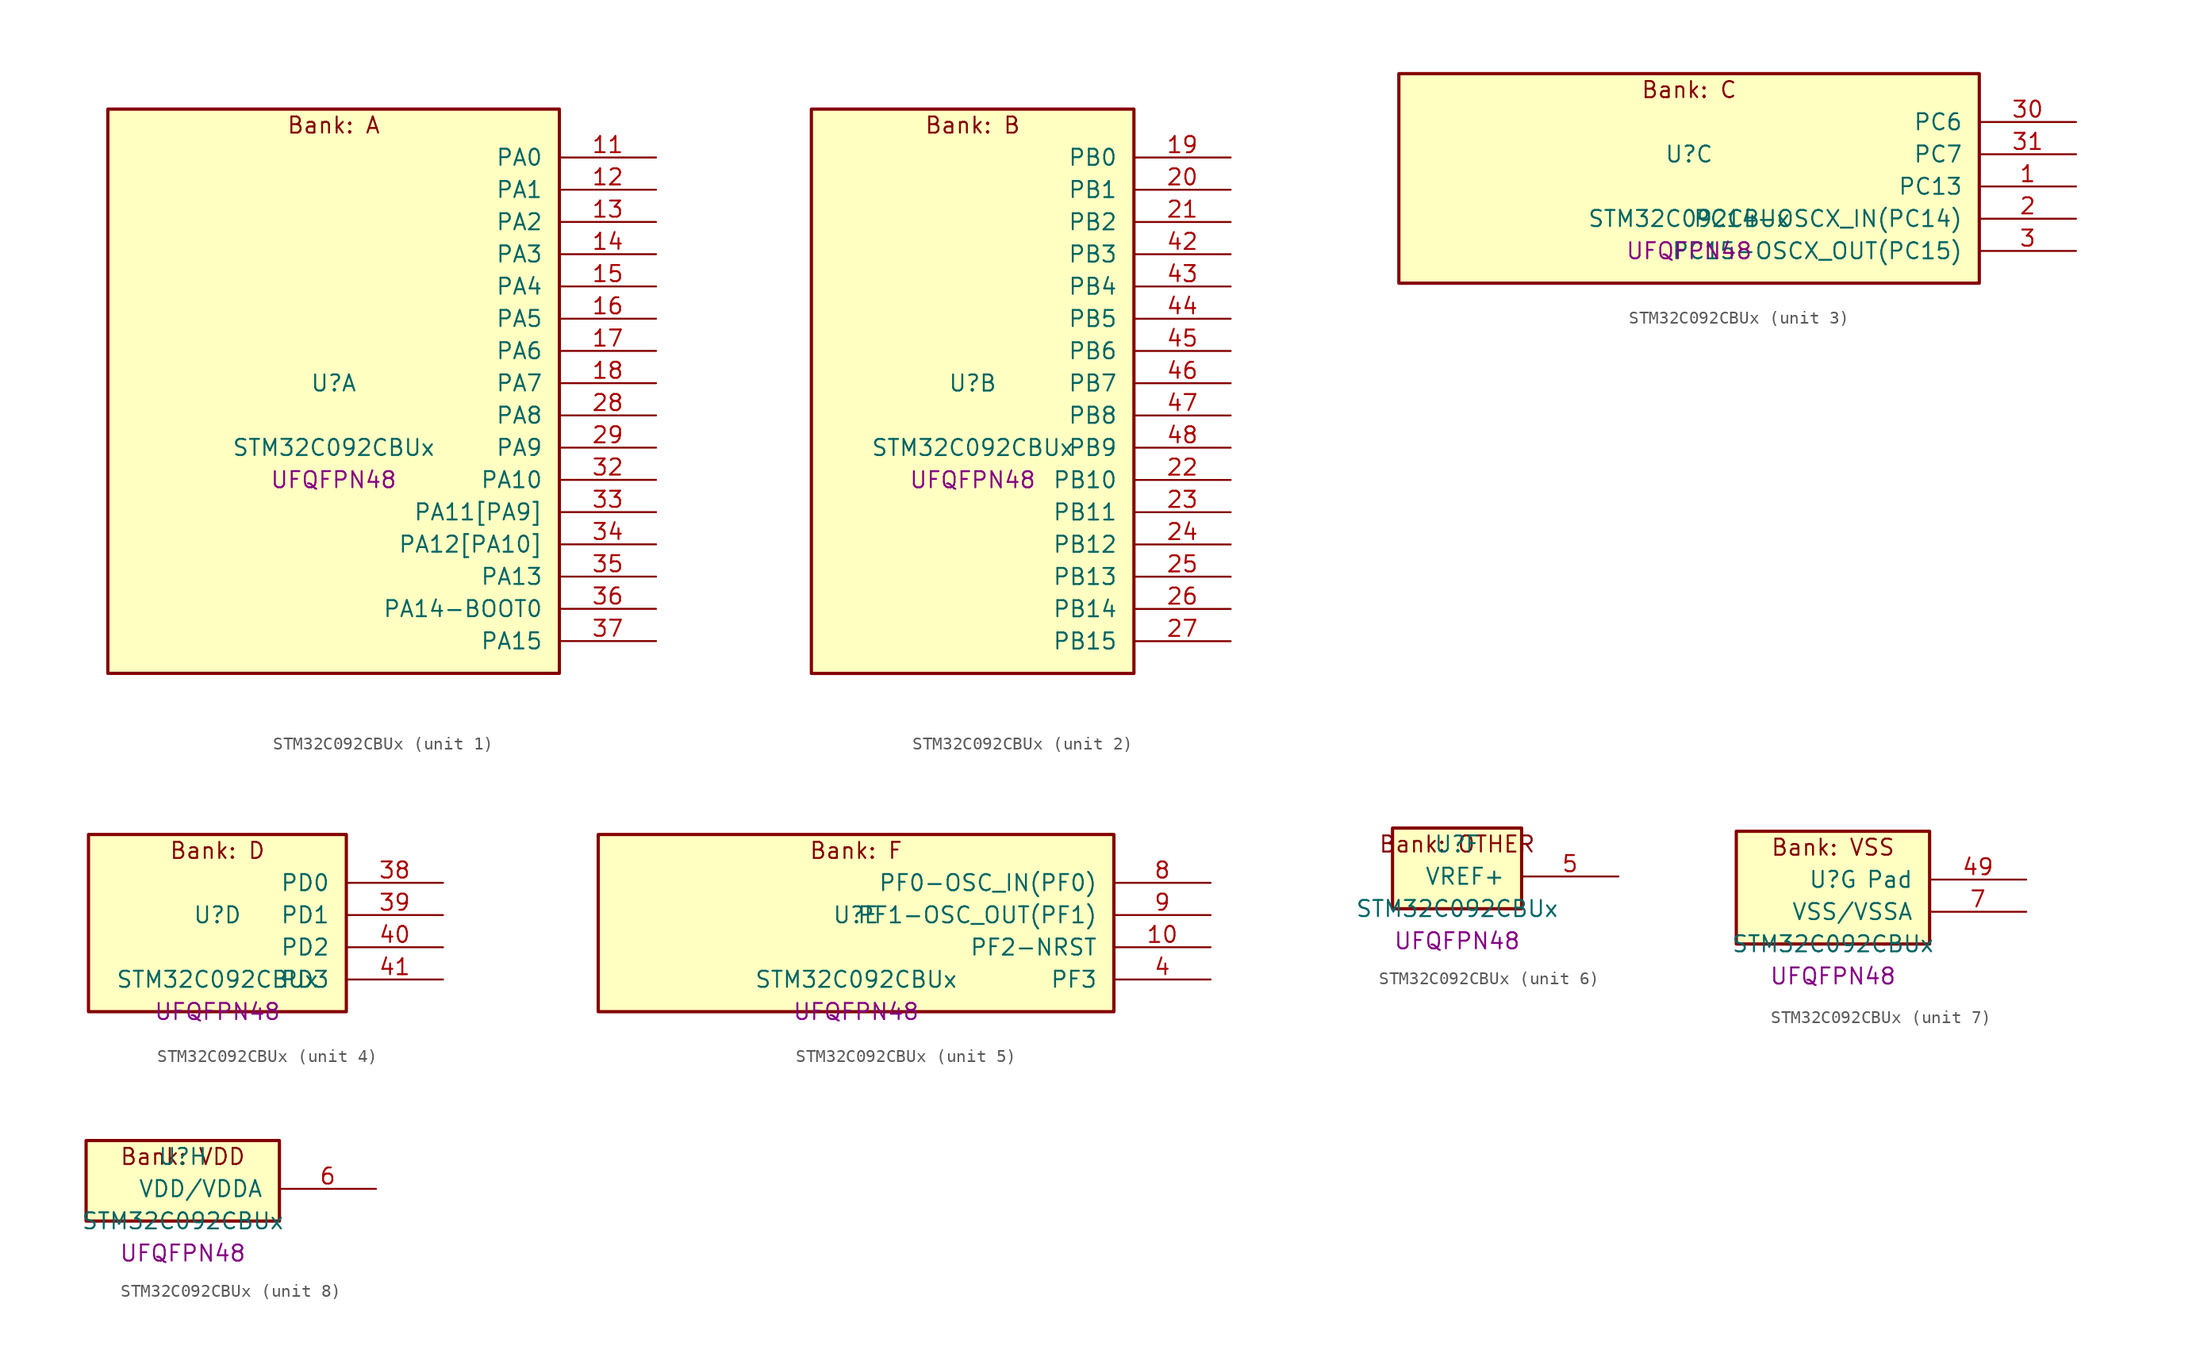
<source format=kicad_sym>
(kicad_symbol_lib
  (version 20241209)
  (generator "stm32_pkl_generator")
  (generator_version "1.0")
  (symbol "STM32C092CBUx"
    (pin_names
      (offset 1.27))
    (property "Reference" "U"
      (at 0 2.54 0))
    (property "Value" "STM32C092CBUx"
      (at 0 -2.54 0))
    (property "Footprint" "UFQFPN48"
      (at 0 -5.08 0))
    (symbol "STM32C092CBUx_1_1"
      (rectangle (start -17.78 24.13) (end 17.78 -20.32) (stroke (width 0.254) (type solid)) (fill (type background)))
      (text "Bank: A" (at 0 22.86 0))
      (pin bidirectional line (at 25.4 20.32 180) (length 7.62) (name "PA0") (number "11") (alternate "PA0/ADC1_IN0" bidirectional line) (alternate "PA0/PWR_WKUP1" bidirectional line) (alternate "PA0/SPI2_SCK" bidirectional line) (alternate "PA0/TIM16_CH1" bidirectional line) (alternate "PA0/TIM1_CH1" bidirectional line) (alternate "PA0/TIM2_CH1" bidirectional line) (alternate "PA0/TIM2_ETR" bidirectional line) (alternate "PA0/USART1_TX" bidirectional line) (alternate "PA0/USART2_CTS" bidirectional line) (alternate "PA0/USART2_NSS" bidirectional line) (alternate "PA0/USART4_TX" bidirectional line))
      (pin bidirectional line (at 25.4 17.78 180) (length 7.62) (name "PA1") (number "12") (alternate "PA1/ADC1_IN1" bidirectional line) (alternate "PA1/I2C1_SMBA" bidirectional line) (alternate "PA1/I2S1_CK" bidirectional line) (alternate "PA1/SPI1_SCK" bidirectional line) (alternate "PA1/TIM15_CH1N" bidirectional line) (alternate "PA1/TIM17_CH1" bidirectional line) (alternate "PA1/TIM1_CH2" bidirectional line) (alternate "PA1/TIM2_CH2" bidirectional line) (alternate "PA1/USART1_RX" bidirectional line) (alternate "PA1/USART2_CK" bidirectional line) (alternate "PA1/USART2_DE" bidirectional line) (alternate "PA1/USART2_RTS" bidirectional line) (alternate "PA1/USART4_RX" bidirectional line))
      (pin bidirectional line (at 25.4 15.24 180) (length 7.62) (name "PA2") (number "13") (alternate "PA2/ADC1_IN2" bidirectional line) (alternate "PA2/I2S1_SD" bidirectional line) (alternate "PA2/PWR_WKUP4" bidirectional line) (alternate "PA2/RCC_LSCO" bidirectional line) (alternate "PA2/SPI1_MOSI" bidirectional line) (alternate "PA2/TIM15_CH1" bidirectional line) (alternate "PA2/TIM16_CH1N" bidirectional line) (alternate "PA2/TIM1_CH3" bidirectional line) (alternate "PA2/TIM2_CH3" bidirectional line) (alternate "PA2/TIM3_ETR" bidirectional line) (alternate "PA2/USART2_TX" bidirectional line))
      (pin bidirectional line (at 25.4 12.7 180) (length 7.62) (name "PA3") (number "14") (alternate "PA3/ADC1_IN3" bidirectional line) (alternate "PA3/SPI2_MISO" bidirectional line) (alternate "PA3/TIM15_CH2" bidirectional line) (alternate "PA3/TIM1_CH1N" bidirectional line) (alternate "PA3/TIM1_CH4" bidirectional line) (alternate "PA3/TIM2_CH4" bidirectional line) (alternate "PA3/USART2_RX" bidirectional line))
      (pin bidirectional line (at 25.4 10.16 180) (length 7.62) (name "PA4") (number "15") (alternate "PA4/ADC1_IN4" bidirectional line) (alternate "PA4/I2S1_WS" bidirectional line) (alternate "PA4/RTC_OUT2" bidirectional line) (alternate "PA4/SPI1_NSS" bidirectional line) (alternate "PA4/SPI2_MOSI" bidirectional line) (alternate "PA4/TIM14_CH1" bidirectional line) (alternate "PA4/TIM17_CH1N" bidirectional line) (alternate "PA4/TIM1_CH2N" bidirectional line) (alternate "PA4/USART2_TX" bidirectional line))
      (pin bidirectional line (at 25.4 7.62 180) (length 7.62) (name "PA5") (number "16") (alternate "PA5/ADC1_IN5" bidirectional line) (alternate "PA5/I2S1_CK" bidirectional line) (alternate "PA5/SPI1_SCK" bidirectional line) (alternate "PA5/TIM1_CH1" bidirectional line) (alternate "PA5/TIM1_CH3N" bidirectional line) (alternate "PA5/TIM2_CH1" bidirectional line) (alternate "PA5/TIM2_ETR" bidirectional line) (alternate "PA5/USART2_RX" bidirectional line) (alternate "PA5/USART3_TX" bidirectional line))
      (pin bidirectional line (at 25.4 5.08 180) (length 7.62) (name "PA6") (number "17") (alternate "PA6/ADC1_IN6" bidirectional line) (alternate "PA6/I2C2_SDA" bidirectional line) (alternate "PA6/I2S1_MCK" bidirectional line) (alternate "PA6/SPI1_MISO" bidirectional line) (alternate "PA6/TIM16_CH1" bidirectional line) (alternate "PA6/TIM1_BKIN" bidirectional line) (alternate "PA6/TIM3_CH1" bidirectional line) (alternate "PA6/USART3_CTS" bidirectional line) (alternate "PA6/USART3_NSS" bidirectional line))
      (pin bidirectional line (at 25.4 2.54 180) (length 7.62) (name "PA7") (number "18") (alternate "PA7/ADC1_IN7" bidirectional line) (alternate "PA7/I2C2_SCL" bidirectional line) (alternate "PA7/I2S1_SD" bidirectional line) (alternate "PA7/SPI1_MOSI" bidirectional line) (alternate "PA7/TIM14_CH1" bidirectional line) (alternate "PA7/TIM17_CH1" bidirectional line) (alternate "PA7/TIM1_CH1N" bidirectional line) (alternate "PA7/TIM3_CH2" bidirectional line))
      (pin bidirectional line (at 25.4 0 180) (length 7.62) (name "PA8") (number "28") (alternate "PA8/ADC1_IN8" bidirectional line) (alternate "PA8/I2S1_WS" bidirectional line) (alternate "PA8/RCC_MCO" bidirectional line) (alternate "PA8/RCC_MCO_2" bidirectional line) (alternate "PA8/SPI1_NSS" bidirectional line) (alternate "PA8/SPI2_MISO" bidirectional line) (alternate "PA8/SPI2_NSS" bidirectional line) (alternate "PA8/TIM14_CH1" bidirectional line) (alternate "PA8/TIM1_CH1" bidirectional line) (alternate "PA8/TIM1_CH2N" bidirectional line) (alternate "PA8/TIM1_CH3N" bidirectional line) (alternate "PA8/TIM3_CH3" bidirectional line) (alternate "PA8/TIM3_CH4" bidirectional line) (alternate "PA8/USART1_RX" bidirectional line) (alternate "PA8/USART2_TX" bidirectional line))
      (pin bidirectional line (at 25.4 -2.54 180) (length 7.62) (name "PA9") (number "29") (alternate "PA9/I2C1_SCL" bidirectional line) (alternate "PA9/I2C2_SCL" bidirectional line) (alternate "PA9/RCC_MCO" bidirectional line) (alternate "PA9/SPI2_MISO" bidirectional line) (alternate "PA9/TIM15_BKIN" bidirectional line) (alternate "PA9/TIM1_CH2" bidirectional line) (alternate "PA9/TIM3_ETR" bidirectional line) (alternate "PA9/USART1_TX" bidirectional line) (alternate "PA9/NC" bidirectional line))
      (pin bidirectional line (at 25.4 -5.08 180) (length 7.62) (name "PA10") (number "32") (alternate "PA10/I2C1_SDA" bidirectional line) (alternate "PA10/I2C2_SDA" bidirectional line) (alternate "PA10/RCC_MCO_2" bidirectional line) (alternate "PA10/SPI2_MOSI" bidirectional line) (alternate "PA10/TIM17_BKIN" bidirectional line) (alternate "PA10/TIM1_CH3" bidirectional line) (alternate "PA10/USART1_RX" bidirectional line) (alternate "PA10/NC" bidirectional line))
      (pin bidirectional line (at 25.4 -7.62 180) (length 7.62) (name "PA11[PA9]") (number "33") (alternate "PA11[PA9]/ADC1_EXTI11" bidirectional line) (alternate "PA11[PA9]/FDCAN1_RX" bidirectional line) (alternate "PA11[PA9]/I2C2_SCL" bidirectional line) (alternate "PA11[PA9]/I2S1_MCK" bidirectional line) (alternate "PA11[PA9]/SPI1_MISO" bidirectional line) (alternate "PA11[PA9]/TIM1_BKIN2" bidirectional line) (alternate "PA11[PA9]/TIM1_CH4" bidirectional line) (alternate "PA11[PA9]/USART1_CTS" bidirectional line) (alternate "PA11[PA9]/USART1_NSS" bidirectional line) (alternate "PA11[PA9]/PA9[PA11]" bidirectional line) (alternate "PA11[PA9]/I2C1_SCL" bidirectional line) (alternate "PA11[PA9]/RCC_MCO" bidirectional line) (alternate "PA11[PA9]/SPI2_MISO" bidirectional line) (alternate "PA11[PA9]/TIM15_BKIN" bidirectional line) (alternate "PA11[PA9]/TIM1_CH2" bidirectional line) (alternate "PA11[PA9]/TIM3_ETR" bidirectional line) (alternate "PA11[PA9]/USART1_TX" bidirectional line))
      (pin bidirectional line (at 25.4 -10.16 180) (length 7.62) (name "PA12[PA10]") (number "34") (alternate "PA12[PA10]/FDCAN1_TX" bidirectional line) (alternate "PA12[PA10]/I2C2_SDA" bidirectional line) (alternate "PA12[PA10]/I2S1_SD" bidirectional line) (alternate "PA12[PA10]/I2S_CKIN" bidirectional line) (alternate "PA12[PA10]/SPI1_MOSI" bidirectional line) (alternate "PA12[PA10]/TIM1_ETR" bidirectional line) (alternate "PA12[PA10]/USART1_CK" bidirectional line) (alternate "PA12[PA10]/USART1_DE" bidirectional line) (alternate "PA12[PA10]/USART1_RTS" bidirectional line) (alternate "PA12[PA10]/PA10[PA12]" bidirectional line) (alternate "PA12[PA10]/I2C1_SDA" bidirectional line) (alternate "PA12[PA10]/RCC_MCO_2" bidirectional line) (alternate "PA12[PA10]/SPI2_MOSI" bidirectional line) (alternate "PA12[PA10]/TIM17_BKIN" bidirectional line) (alternate "PA12[PA10]/TIM1_CH3" bidirectional line) (alternate "PA12[PA10]/USART1_RX" bidirectional line))
      (pin bidirectional line (at 25.4 -12.7 180) (length 7.62) (name "PA13") (number "35") (alternate "PA13/ADC1_IN13" bidirectional line) (alternate "PA13/DEBUG_SWDIO" bidirectional line) (alternate "PA13/IR_OUT" bidirectional line) (alternate "PA13/TIM3_ETR" bidirectional line) (alternate "PA13/USART2_RX" bidirectional line))
      (pin bidirectional line (at 25.4 -15.24 180) (length 7.62) (name "PA14-BOOT0") (number "36") (alternate "PA14-BOOT0/ADC1_IN14" bidirectional line) (alternate "PA14-BOOT0/BOOT0" bidirectional line) (alternate "PA14-BOOT0/DEBUG_SWCLK" bidirectional line) (alternate "PA14-BOOT0/I2S1_WS" bidirectional line) (alternate "PA14-BOOT0/RCC_MCO_2" bidirectional line) (alternate "PA14-BOOT0/SPI1_NSS" bidirectional line) (alternate "PA14-BOOT0/TIM1_CH1" bidirectional line) (alternate "PA14-BOOT0/USART1_CK" bidirectional line) (alternate "PA14-BOOT0/USART1_DE" bidirectional line) (alternate "PA14-BOOT0/USART1_RTS" bidirectional line) (alternate "PA14-BOOT0/USART2_RX" bidirectional line) (alternate "PA14-BOOT0/USART2_TX" bidirectional line))
      (pin bidirectional line (at 25.4 -17.78 180) (length 7.62) (name "PA15") (number "37") (alternate "PA15/I2S1_WS" bidirectional line) (alternate "PA15/RCC_MCO_2" bidirectional line) (alternate "PA15/SPI1_NSS" bidirectional line) (alternate "PA15/TIM1_CH1" bidirectional line) (alternate "PA15/TIM2_CH1" bidirectional line) (alternate "PA15/TIM2_ETR" bidirectional line) (alternate "PA15/USART1_CK" bidirectional line) (alternate "PA15/USART1_DE" bidirectional line) (alternate "PA15/USART1_RTS" bidirectional line) (alternate "PA15/USART2_RX" bidirectional line) (alternate "PA15/USART3_CK" bidirectional line) (alternate "PA15/USART3_DE" bidirectional line) (alternate "PA15/USART3_RTS" bidirectional line) (alternate "PA15/USART4_CK" bidirectional line) (alternate "PA15/USART4_DE" bidirectional line) (alternate "PA15/USART4_RTS" bidirectional line)))
    (symbol "STM32C092CBUx_2_1"
      (rectangle (start -12.7 24.13) (end 12.7 -20.32) (stroke (width 0.254) (type solid)) (fill (type background)))
      (text "Bank: B" (at 0 22.86 0))
      (pin bidirectional line (at 20.32 20.32 180) (length 7.62) (name "PB0") (number "19") (alternate "PB0/ADC1_IN17" bidirectional line) (alternate "PB0/FDCAN1_RX" bidirectional line) (alternate "PB0/I2S1_WS" bidirectional line) (alternate "PB0/SPI1_NSS" bidirectional line) (alternate "PB0/TIM1_CH2N" bidirectional line) (alternate "PB0/TIM3_CH3" bidirectional line) (alternate "PB0/USART3_RX" bidirectional line))
      (pin bidirectional line (at 20.32 17.78 180) (length 7.62) (name "PB1") (number "20") (alternate "PB1/ADC1_IN18" bidirectional line) (alternate "PB1/FDCAN1_TX" bidirectional line) (alternate "PB1/TIM14_CH1" bidirectional line) (alternate "PB1/TIM1_CH2N" bidirectional line) (alternate "PB1/TIM1_CH3N" bidirectional line) (alternate "PB1/TIM3_CH4" bidirectional line) (alternate "PB1/USART3_CK" bidirectional line) (alternate "PB1/USART3_DE" bidirectional line) (alternate "PB1/USART3_RTS" bidirectional line))
      (pin bidirectional line (at 20.32 15.24 180) (length 7.62) (name "PB2") (number "21") (alternate "PB2/ADC1_IN19" bidirectional line) (alternate "PB2/RCC_MCO_2" bidirectional line) (alternate "PB2/SPI2_MISO" bidirectional line) (alternate "PB2/USART1_RX" bidirectional line) (alternate "PB2/USART3_TX" bidirectional line))
      (pin bidirectional line (at 20.32 12.7 180) (length 7.62) (name "PB3") (number "42") (alternate "PB3/I2C2_SCL" bidirectional line) (alternate "PB3/I2S1_CK" bidirectional line) (alternate "PB3/SPI1_SCK" bidirectional line) (alternate "PB3/TIM1_CH2" bidirectional line) (alternate "PB3/TIM2_CH2" bidirectional line) (alternate "PB3/TIM3_CH2" bidirectional line) (alternate "PB3/USART1_CK" bidirectional line) (alternate "PB3/USART1_DE" bidirectional line) (alternate "PB3/USART1_RTS" bidirectional line))
      (pin bidirectional line (at 20.32 10.16 180) (length 7.62) (name "PB4") (number "43") (alternate "PB4/I2C2_SDA" bidirectional line) (alternate "PB4/I2S1_MCK" bidirectional line) (alternate "PB4/SPI1_MISO" bidirectional line) (alternate "PB4/TIM17_BKIN" bidirectional line) (alternate "PB4/TIM3_CH1" bidirectional line) (alternate "PB4/USART1_CTS" bidirectional line) (alternate "PB4/USART1_NSS" bidirectional line))
      (pin bidirectional line (at 20.32 7.62 180) (length 7.62) (name "PB5") (number "44") (alternate "PB5/FDCAN1_RX" bidirectional line) (alternate "PB5/I2C1_SMBA" bidirectional line) (alternate "PB5/I2S1_SD" bidirectional line) (alternate "PB5/PWR_WKUP6" bidirectional line) (alternate "PB5/SPI1_MOSI" bidirectional line) (alternate "PB5/TIM16_BKIN" bidirectional line) (alternate "PB5/TIM3_CH2" bidirectional line) (alternate "PB5/TIM3_CH3" bidirectional line))
      (pin bidirectional line (at 20.32 5.08 180) (length 7.62) (name "PB6") (number "45") (alternate "PB6/FDCAN1_TX" bidirectional line) (alternate "PB6/I2C1_SCL" bidirectional line) (alternate "PB6/I2C1_SMBA" bidirectional line) (alternate "PB6/I2S1_CK" bidirectional line) (alternate "PB6/I2S1_MCK" bidirectional line) (alternate "PB6/I2S1_SD" bidirectional line) (alternate "PB6/PWR_WKUP3" bidirectional line) (alternate "PB6/SPI1_MISO" bidirectional line) (alternate "PB6/SPI1_MOSI" bidirectional line) (alternate "PB6/SPI1_SCK" bidirectional line) (alternate "PB6/SPI2_MISO" bidirectional line) (alternate "PB6/TIM16_BKIN" bidirectional line) (alternate "PB6/TIM16_CH1N" bidirectional line) (alternate "PB6/TIM1_CH2" bidirectional line) (alternate "PB6/TIM1_CH3" bidirectional line) (alternate "PB6/TIM3_CH1" bidirectional line) (alternate "PB6/TIM3_CH2" bidirectional line) (alternate "PB6/TIM3_CH3" bidirectional line) (alternate "PB6/USART1_CTS" bidirectional line) (alternate "PB6/USART1_NSS" bidirectional line) (alternate "PB6/USART1_TX" bidirectional line))
      (pin bidirectional line (at 20.32 2.54 180) (length 7.62) (name "PB7") (number "46") (alternate "PB7/I2C1_SCL" bidirectional line) (alternate "PB7/I2C1_SDA" bidirectional line) (alternate "PB7/SPI2_MOSI" bidirectional line) (alternate "PB7/TIM16_CH1" bidirectional line) (alternate "PB7/TIM17_CH1N" bidirectional line) (alternate "PB7/TIM1_CH4" bidirectional line) (alternate "PB7/TIM3_CH1" bidirectional line) (alternate "PB7/TIM3_CH4" bidirectional line) (alternate "PB7/USART1_RX" bidirectional line) (alternate "PB7/USART2_CTS" bidirectional line) (alternate "PB7/USART2_NSS" bidirectional line) (alternate "PB7/USART4_CTS" bidirectional line) (alternate "PB7/USART4_NSS" bidirectional line))
      (pin bidirectional line (at 20.32 0 180) (length 7.62) (name "PB8") (number "47") (alternate "PB8/FDCAN1_RX" bidirectional line) (alternate "PB8/I2C1_SCL" bidirectional line) (alternate "PB8/SPI2_SCK" bidirectional line) (alternate "PB8/TIM15_BKIN" bidirectional line) (alternate "PB8/TIM16_CH1" bidirectional line) (alternate "PB8/TIM3_CH1" bidirectional line) (alternate "PB8/USART2_CTS" bidirectional line) (alternate "PB8/USART2_NSS" bidirectional line) (alternate "PB8/USART3_TX" bidirectional line))
      (pin bidirectional line (at 20.32 -2.54 180) (length 7.62) (name "PB9") (number "48") (alternate "PB9/FDCAN1_TX" bidirectional line) (alternate "PB9/I2C1_SDA" bidirectional line) (alternate "PB9/IR_OUT" bidirectional line) (alternate "PB9/SPI2_NSS" bidirectional line) (alternate "PB9/TIM17_CH1" bidirectional line) (alternate "PB9/TIM3_CH2" bidirectional line) (alternate "PB9/USART2_CK" bidirectional line) (alternate "PB9/USART2_DE" bidirectional line) (alternate "PB9/USART2_RTS" bidirectional line) (alternate "PB9/USART3_RX" bidirectional line))
      (pin bidirectional line (at 20.32 -5.08 180) (length 7.62) (name "PB10") (number "22") (alternate "PB10/ADC1_IN20" bidirectional line) (alternate "PB10/I2C2_SCL" bidirectional line) (alternate "PB10/SPI2_SCK" bidirectional line) (alternate "PB10/TIM2_CH3" bidirectional line) (alternate "PB10/USART3_TX" bidirectional line))
      (pin bidirectional line (at 20.32 -7.62 180) (length 7.62) (name "PB11") (number "23") (alternate "PB11/ADC1_EXTI11" bidirectional line) (alternate "PB11/ADC1_IN21" bidirectional line) (alternate "PB11/I2C2_SDA" bidirectional line) (alternate "PB11/SPI2_MOSI" bidirectional line) (alternate "PB11/TIM2_CH4" bidirectional line) (alternate "PB11/USART3_RX" bidirectional line))
      (pin bidirectional line (at 20.32 -10.16 180) (length 7.62) (name "PB12") (number "24") (alternate "PB12/ADC1_IN22" bidirectional line) (alternate "PB12/FDCAN1_RX" bidirectional line) (alternate "PB12/SPI2_NSS" bidirectional line) (alternate "PB12/TIM15_BKIN" bidirectional line) (alternate "PB12/TIM1_BKIN" bidirectional line) (alternate "PB12/TIM1_BKIN2" bidirectional line))
      (pin bidirectional line (at 20.32 -12.7 180) (length 7.62) (name "PB13") (number "25") (alternate "PB13/FDCAN1_TX" bidirectional line) (alternate "PB13/I2C2_SCL" bidirectional line) (alternate "PB13/SPI2_SCK" bidirectional line) (alternate "PB13/TIM15_CH1N" bidirectional line) (alternate "PB13/TIM1_CH1N" bidirectional line) (alternate "PB13/USART3_CTS" bidirectional line) (alternate "PB13/USART3_NSS" bidirectional line))
      (pin bidirectional line (at 20.32 -15.24 180) (length 7.62) (name "PB14") (number "26") (alternate "PB14/I2C2_SDA" bidirectional line) (alternate "PB14/SPI2_MISO" bidirectional line) (alternate "PB14/TIM15_CH1" bidirectional line) (alternate "PB14/TIM1_CH2N" bidirectional line) (alternate "PB14/USART3_CK" bidirectional line) (alternate "PB14/USART3_DE" bidirectional line) (alternate "PB14/USART3_RTS" bidirectional line))
      (pin bidirectional line (at 20.32 -17.78 180) (length 7.62) (name "PB15") (number "27") (alternate "PB15/RTC_REFIN" bidirectional line) (alternate "PB15/SPI2_MOSI" bidirectional line) (alternate "PB15/TIM15_CH1N" bidirectional line) (alternate "PB15/TIM15_CH2" bidirectional line) (alternate "PB15/TIM1_CH3N" bidirectional line)))
    (symbol "STM32C092CBUx_3_1"
      (rectangle (start -22.86 8.89) (end 22.86 -7.62) (stroke (width 0.254) (type solid)) (fill (type background)))
      (text "Bank: C" (at 0 7.62 0))
      (pin bidirectional line (at 30.48 5.08 180) (length 7.62) (name "PC6") (number "30") (alternate "PC6/TIM2_CH3" bidirectional line) (alternate "PC6/TIM3_CH1" bidirectional line))
      (pin bidirectional line (at 30.48 2.54 180) (length 7.62) (name "PC7") (number "31") (alternate "PC7/TIM2_CH4" bidirectional line) (alternate "PC7/TIM3_CH2" bidirectional line))
      (pin bidirectional line (at 30.48 0 180) (length 7.62) (name "PC13") (number "1") (alternate "PC13/PWR_WKUP2" bidirectional line) (alternate "PC13/RTC_OUT1" bidirectional line) (alternate "PC13/RTC_TS" bidirectional line) (alternate "PC13/TIM1_BKIN" bidirectional line) (alternate "PC13/TIM1_ETR" bidirectional line))
      (pin bidirectional line (at 30.48 -2.54 180) (length 7.62) (name "PC14-OSCX_IN(PC14)") (number "2") (alternate "PC14-OSCX_IN(PC14)/FDCAN1_TX" bidirectional line) (alternate "PC14-OSCX_IN(PC14)/I2C1_SDA" bidirectional line) (alternate "PC14-OSCX_IN(PC14)/IR_OUT" bidirectional line) (alternate "PC14-OSCX_IN(PC14)/RCC_OSCX_IN" bidirectional line) (alternate "PC14-OSCX_IN(PC14)/SPI2_NSS" bidirectional line) (alternate "PC14-OSCX_IN(PC14)/TIM17_CH1" bidirectional line) (alternate "PC14-OSCX_IN(PC14)/TIM1_BKIN2" bidirectional line) (alternate "PC14-OSCX_IN(PC14)/TIM1_ETR" bidirectional line) (alternate "PC14-OSCX_IN(PC14)/TIM3_CH2" bidirectional line) (alternate "PC14-OSCX_IN(PC14)/USART1_TX" bidirectional line) (alternate "PC14-OSCX_IN(PC14)/USART2_CK" bidirectional line) (alternate "PC14-OSCX_IN(PC14)/USART2_DE" bidirectional line) (alternate "PC14-OSCX_IN(PC14)/USART2_RTS" bidirectional line) (alternate "PC14-OSCX_IN(PC14)/USART3_TX" bidirectional line))
      (pin bidirectional line (at 30.48 -5.08 180) (length 7.62) (name "PC15-OSCX_OUT(PC15)") (number "3") (alternate "PC15-OSCX_OUT(PC15)/RCC_OSC32_EN" bidirectional line) (alternate "PC15-OSCX_OUT(PC15)/RCC_OSCX_OUT" bidirectional line) (alternate "PC15-OSCX_OUT(PC15)/RCC_OSC_EN" bidirectional line) (alternate "PC15-OSCX_OUT(PC15)/TIM15_BKIN" bidirectional line) (alternate "PC15-OSCX_OUT(PC15)/TIM1_ETR" bidirectional line) (alternate "PC15-OSCX_OUT(PC15)/TIM3_CH3" bidirectional line)))
    (symbol "STM32C092CBUx_4_1"
      (rectangle (start -10.16 8.89) (end 10.16 -5.08) (stroke (width 0.254) (type solid)) (fill (type background)))
      (text "Bank: D" (at 0 7.62 0))
      (pin bidirectional line (at 17.78 5.08 180) (length 7.62) (name "PD0") (number "38") (alternate "PD0/FDCAN1_RX" bidirectional line) (alternate "PD0/SPI2_NSS" bidirectional line) (alternate "PD0/TIM16_CH1" bidirectional line))
      (pin bidirectional line (at 17.78 2.54 180) (length 7.62) (name "PD1") (number "39") (alternate "PD1/FDCAN1_TX" bidirectional line) (alternate "PD1/SPI2_SCK" bidirectional line) (alternate "PD1/TIM17_CH1" bidirectional line))
      (pin bidirectional line (at 17.78 0 180) (length 7.62) (name "PD2") (number "40") (alternate "PD2/TIM1_CH1N" bidirectional line) (alternate "PD2/TIM3_ETR" bidirectional line) (alternate "PD2/USART3_CK" bidirectional line) (alternate "PD2/USART3_DE" bidirectional line) (alternate "PD2/USART3_RTS" bidirectional line))
      (pin bidirectional line (at 17.78 -2.54 180) (length 7.62) (name "PD3") (number "41") (alternate "PD3/SPI2_MISO" bidirectional line) (alternate "PD3/TIM1_CH2N" bidirectional line) (alternate "PD3/USART2_CTS" bidirectional line) (alternate "PD3/USART2_NSS" bidirectional line)))
    (symbol "STM32C092CBUx_5_1"
      (rectangle (start -20.32 8.89) (end 20.32 -5.08) (stroke (width 0.254) (type solid)) (fill (type background)))
      (text "Bank: F" (at 0 7.62 0))
      (pin bidirectional line (at 27.94 5.08 180) (length 7.62) (name "PF0-OSC_IN(PF0)") (number "8") (alternate "PF0-OSC_IN(PF0)/RCC_OSC_IN" bidirectional line) (alternate "PF0-OSC_IN(PF0)/TIM14_CH1" bidirectional line))
      (pin bidirectional line (at 27.94 2.54 180) (length 7.62) (name "PF1-OSC_OUT(PF1)") (number "9") (alternate "PF1-OSC_OUT(PF1)/RCC_OSC_EN" bidirectional line) (alternate "PF1-OSC_OUT(PF1)/RCC_OSC_OUT" bidirectional line) (alternate "PF1-OSC_OUT(PF1)/TIM15_CH1N" bidirectional line))
      (pin bidirectional line (at 27.94 0 180) (length 7.62) (name "PF2-NRST") (number "10") (alternate "PF2-NRST/RCC_MCO" bidirectional line) (alternate "PF2-NRST/TIM1_CH4" bidirectional line))
      (pin bidirectional line (at 27.94 -2.54 180) (length 7.62) (name "PF3") (number "4")))
    (symbol "STM32C092CBUx_6_1"
      (rectangle (start -5.08 3.81) (end 5.08 -2.54) (stroke (width 0.254) (type solid)) (fill (type background)))
      (text "Bank: OTHER" (at 0 2.54 0))
      (pin bidirectional line (at 12.7 0 180) (length 7.62) (name "VREF+") (number "5")))
    (symbol "STM32C092CBUx_7_1"
      (rectangle (start -7.62 6.35) (end 7.62 -2.54) (stroke (width 0.254) (type solid)) (fill (type background)))
      (text "Bank: VSS" (at 0 5.08 0))
      (pin passive line (at 15.24 2.54 180) (length 7.62) (name "Pad") (number "49"))
      (pin power_in line (at 15.24 0 180) (length 7.62) (name "VSS/VSSA") (number "7")))
    (symbol "STM32C092CBUx_8_1"
      (rectangle (start -7.62 3.81) (end 7.62 -2.54) (stroke (width 0.254) (type solid)) (fill (type background)))
      (text "Bank: VDD" (at 0 2.54 0))
      (pin power_in line (at 15.24 0 180) (length 7.62) (name "VDD/VDDA") (number "6")))))
</source>
